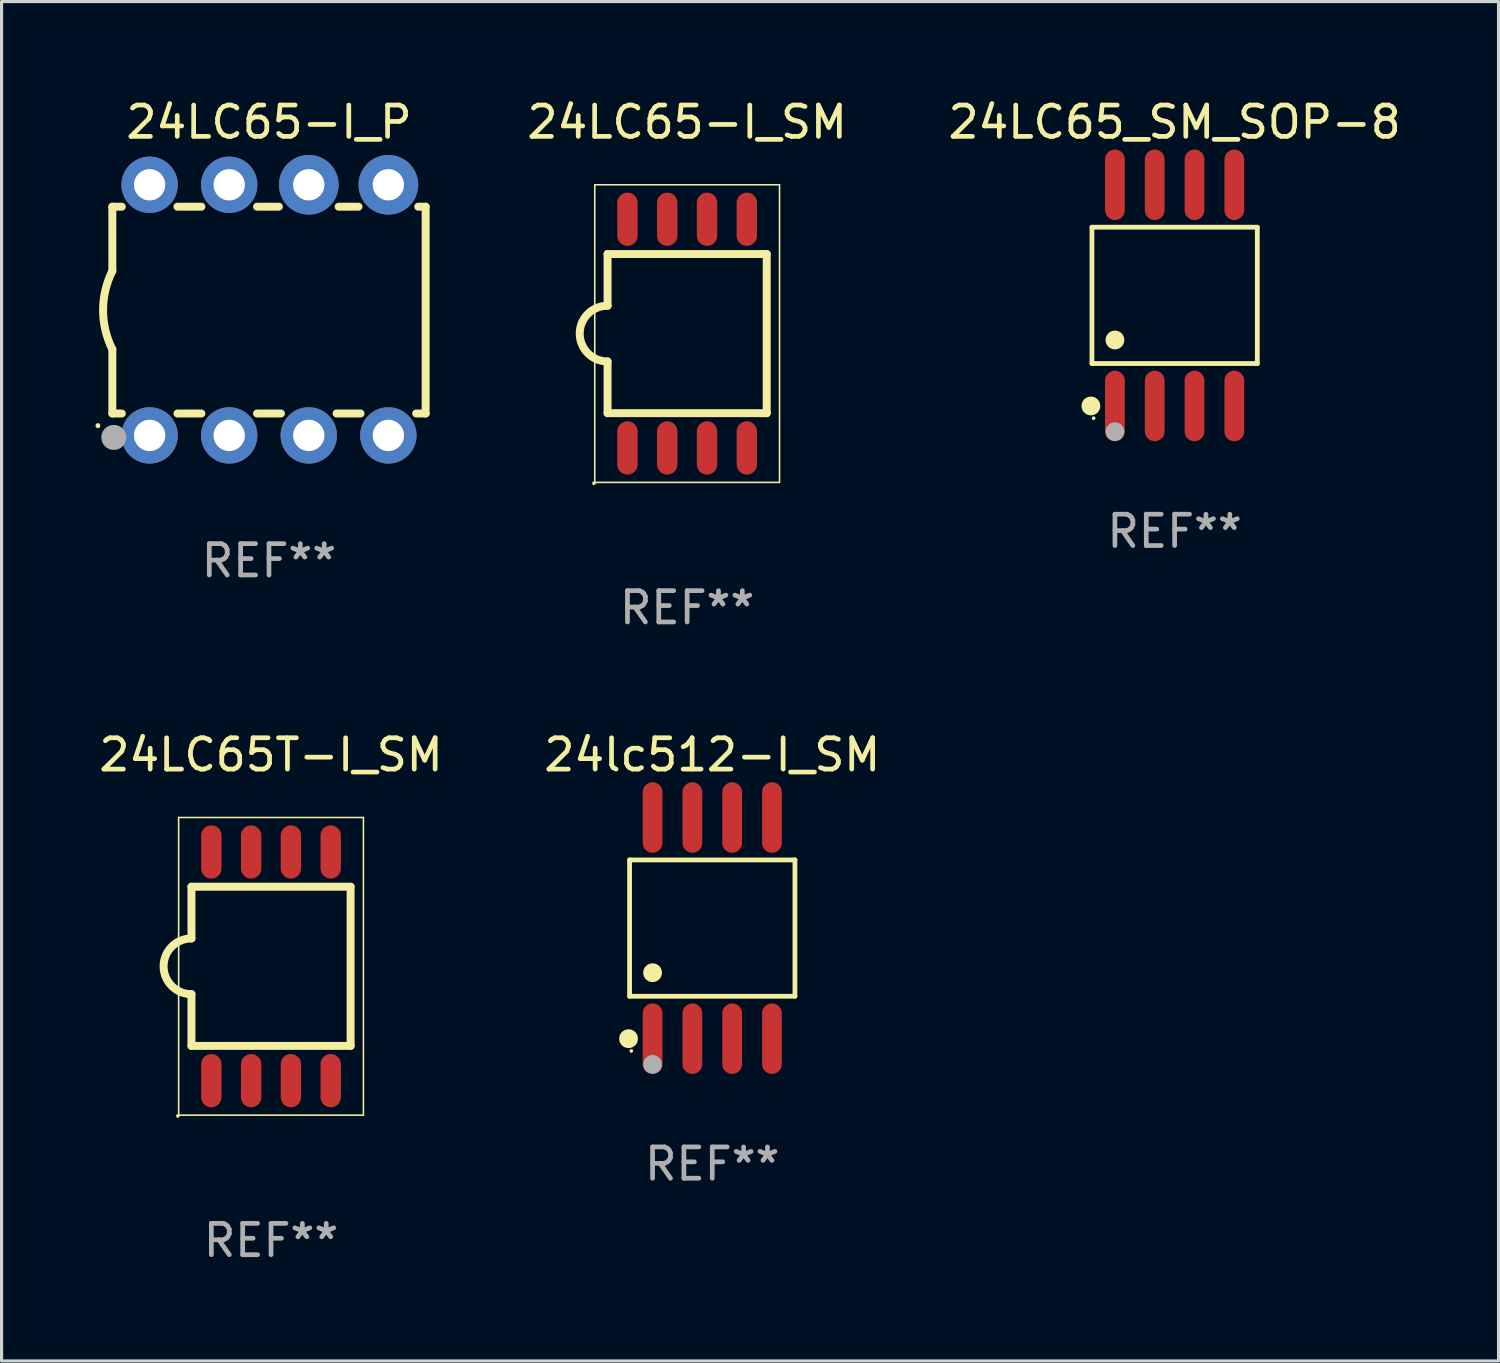
<source format=kicad_pcb>
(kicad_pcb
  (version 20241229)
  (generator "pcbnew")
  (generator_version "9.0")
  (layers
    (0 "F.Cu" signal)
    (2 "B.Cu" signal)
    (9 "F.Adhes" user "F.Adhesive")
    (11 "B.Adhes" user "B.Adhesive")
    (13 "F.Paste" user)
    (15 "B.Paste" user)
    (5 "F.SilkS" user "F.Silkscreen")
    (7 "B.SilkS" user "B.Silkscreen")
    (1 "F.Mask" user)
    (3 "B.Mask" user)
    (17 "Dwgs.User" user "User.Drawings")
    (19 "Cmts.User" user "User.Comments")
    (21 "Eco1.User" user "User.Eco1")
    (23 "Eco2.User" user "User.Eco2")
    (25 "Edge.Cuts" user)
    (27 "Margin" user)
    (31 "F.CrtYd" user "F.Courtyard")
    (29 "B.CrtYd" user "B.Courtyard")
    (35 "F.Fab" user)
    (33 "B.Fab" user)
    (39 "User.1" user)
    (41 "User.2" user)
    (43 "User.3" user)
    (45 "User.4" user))
  (footprint "24lc512-I_SM"
    (layer "F.Cu")
    (at 19.685 26.574)
    (property "Reference" "24lc512-I_SM" (at 0 -5.53 0) (layer "F.SilkS") (effects (font (size 1 1) (thickness 0.15))))
    (attr through_hole)
    (fp_line (start -2.639 -2.176) (end 2.639 -2.176) (stroke (width 0.152) (type solid)) (layer "F.SilkS"))
    (fp_line (start -2.639 2.176) (end -2.639 -2.176) (stroke (width 0.152) (type solid)) (layer "F.SilkS"))
    (fp_line (start 2.639 -2.176) (end 2.639 2.176) (stroke (width 0.152) (type solid)) (layer "F.SilkS"))
    (fp_line (start 2.639 2.176) (end -2.639 2.176) (stroke (width 0.152) (type solid)) (layer "F.SilkS"))
    (fp_circle (center -2.672 3.53) (end -2.522 3.53) (stroke (width 0.3) (type solid)) (fill no) (layer "F.SilkS"))
    (fp_circle (center -2.585 3.92) (end -2.555 3.92) (stroke (width 0.06) (type solid)) (fill no) (layer "F.SilkS"))
    (fp_circle (center -1.905 1.424) (end -1.755 1.424) (stroke (width 0.3) (type solid)) (fill no) (layer "F.SilkS"))
    (fp_circle (center -1.905 4.35) (end -1.755 4.35) (stroke (width 0.3) (type solid)) (fill no) (layer "F.Fab"))
    (fp_text user "REF**" (at 0 7.53 0) (layer "F.Fab") (effects (font (size 1 1) (thickness 0.15))))
    (pad "1" smd oval (at -1.905 3.53) (size 0.63 2.25) (layers "F.Cu" "F.Mask" "F.Paste"))
    (pad "2" smd oval (at -0.635 3.53) (size 0.63 2.25) (layers "F.Cu" "F.Mask" "F.Paste"))
    (pad "3" smd oval (at 0.635 3.53) (size 0.63 2.25) (layers "F.Cu" "F.Mask" "F.Paste"))
    (pad "4" smd oval (at 1.905 3.53) (size 0.63 2.25) (layers "F.Cu" "F.Mask" "F.Paste"))
    (pad "5" smd oval (at 1.905 -3.53) (size 0.63 2.25) (layers "F.Cu" "F.Mask" "F.Paste"))
    (pad "6" smd oval (at 0.635 -3.53) (size 0.63 2.25) (layers "F.Cu" "F.Mask" "F.Paste"))
    (pad "7" smd oval (at -0.635 -3.53) (size 0.63 2.25) (layers "F.Cu" "F.Mask" "F.Paste"))
    (pad "8" smd oval (at -1.905 -3.53) (size 0.63 2.25) (layers "F.Cu" "F.Mask" "F.Paste")))
  (footprint "24LC65_SM_SOP-8"
    (layer "F.Cu")
    (at 34.443 6.378)
    (property "Reference" "24LC65_SM_SOP-8" (at 0 -5.53 0) (layer "F.SilkS") (effects (font (size 1 1) (thickness 0.15))))
    (attr through_hole)
    (fp_line (start -2.639 -2.176) (end 2.639 -2.176) (stroke (width 0.152) (type solid)) (layer "F.SilkS"))
    (fp_line (start -2.639 2.176) (end -2.639 -2.176) (stroke (width 0.152) (type solid)) (layer "F.SilkS"))
    (fp_line (start 2.639 -2.176) (end 2.639 2.176) (stroke (width 0.152) (type solid)) (layer "F.SilkS"))
    (fp_line (start 2.639 2.176) (end -2.639 2.176) (stroke (width 0.152) (type solid)) (layer "F.SilkS"))
    (fp_circle (center -2.672 3.53) (end -2.522 3.53) (stroke (width 0.3) (type solid)) (fill no) (layer "F.SilkS"))
    (fp_circle (center -2.585 3.92) (end -2.555 3.92) (stroke (width 0.06) (type solid)) (fill no) (layer "F.SilkS"))
    (fp_circle (center -1.905 1.424) (end -1.755 1.424) (stroke (width 0.3) (type solid)) (fill no) (layer "F.SilkS"))
    (fp_circle (center -1.905 4.35) (end -1.755 4.35) (stroke (width 0.3) (type solid)) (fill no) (layer "F.Fab"))
    (fp_text user "REF**" (at 0 7.53 0) (layer "F.Fab") (effects (font (size 1 1) (thickness 0.15))))
    (pad "1" smd oval (at -1.905 3.53) (size 0.63 2.25) (layers "F.Cu" "F.Mask" "F.Paste"))
    (pad "2" smd oval (at -0.635 3.53) (size 0.63 2.25) (layers "F.Cu" "F.Mask" "F.Paste"))
    (pad "3" smd oval (at 0.635 3.53) (size 0.63 2.25) (layers "F.Cu" "F.Mask" "F.Paste"))
    (pad "4" smd oval (at 1.905 3.53) (size 0.63 2.25) (layers "F.Cu" "F.Mask" "F.Paste"))
    (pad "5" smd oval (at 1.905 -3.53) (size 0.63 2.25) (layers "F.Cu" "F.Mask" "F.Paste"))
    (pad "6" smd oval (at 0.635 -3.53) (size 0.63 2.25) (layers "F.Cu" "F.Mask" "F.Paste"))
    (pad "7" smd oval (at -0.635 -3.53) (size 0.63 2.25) (layers "F.Cu" "F.Mask" "F.Paste"))
    (pad "8" smd oval (at -1.905 -3.53) (size 0.63 2.25) (layers "F.Cu" "F.Mask" "F.Paste")))
  (footprint "24LC65-I_P"
    (layer "F.Cu")
    (at 5.536 6.848)
    (property "Reference" "24LC65-I_P" (at 0 -6 0) (layer "F.SilkS") (effects (font (size 1 1) (thickness 0.15))))
    (attr through_hole)
    (fp_line (start -5 -3.3) (end -5 -1.25) (stroke (width 0.254) (type solid)) (layer "F.SilkS"))
    (fp_line (start -5 -3.3) (end -4.698 -3.3) (stroke (width 0.254) (type solid)) (layer "F.SilkS"))
    (fp_line (start -5 3.3) (end -5 1.25) (stroke (width 0.254) (type solid)) (layer "F.SilkS"))
    (fp_line (start -5 3.3) (end -4.698 3.3) (stroke (width 0.254) (type solid)) (layer "F.SilkS"))
    (fp_line (start -2.922 -3.3) (end -2.158 -3.3) (stroke (width 0.254) (type solid)) (layer "F.SilkS"))
    (fp_line (start -2.922 3.3) (end -2.158 3.3) (stroke (width 0.254) (type solid)) (layer "F.SilkS"))
    (fp_line (start -0.382 -3.3) (end 0.316 -3.3) (stroke (width 0.254) (type solid)) (layer "F.SilkS"))
    (fp_line (start -0.382 3.3) (end 0.382 3.3) (stroke (width 0.254) (type solid)) (layer "F.SilkS"))
    (fp_line (start 2.158 3.3) (end 2.922 3.3) (stroke (width 0.254) (type solid)) (layer "F.SilkS"))
    (fp_line (start 2.224 -3.3) (end 2.856 -3.3) (stroke (width 0.254) (type solid)) (layer "F.SilkS"))
    (fp_line (start 4.698 3.3) (end 5 3.3) (stroke (width 0.254) (type solid)) (layer "F.SilkS"))
    (fp_line (start 4.764 -3.3) (end 5 -3.3) (stroke (width 0.254) (type solid)) (layer "F.SilkS"))
    (fp_line (start 5 -3.3) (end 5 3.3) (stroke (width 0.254) (type solid)) (layer "F.SilkS"))
    (fp_arc (start -5.46124 3.694259) (mid -5.461175 3.688632) (end -5.460986 3.683007) (stroke (width 0.149987) (type solid)) (layer "F.SilkS"))
    (fp_arc (start -5.00127 1.249682) (mid -5.295892 -0.000313) (end -5.000025 -1.250013) (stroke (width 0.254001) (type solid)) (layer "F.SilkS"))
    (fp_circle (center -4.795 4.237) (end -4.765 4.237) (stroke (width 0.06) (type solid)) (fill no) (layer "F.SilkS"))
    (fp_circle (center -4.953 4.064) (end -4.753 4.064) (stroke (width 0.4) (type solid)) (fill no) (layer "F.Fab"))
    (fp_text user "REF**" (at 0 8 0) (layer "F.Fab") (effects (font (size 1 1) (thickness 0.15))))
    (pad "1" thru_hole circle (at -3.81 4) (size 1.8 1.8) (drill 1) (layers "*.Cu" "*.Mask"))
    (pad "2" thru_hole circle (at -1.27 4) (size 1.8 1.8) (drill 1) (layers "*.Cu" "*.Mask"))
    (pad "3" thru_hole circle (at 1.27 4) (size 1.8 1.8) (drill 1) (layers "*.Cu" "*.Mask"))
    (pad "4" thru_hole circle (at 3.81 4) (size 1.8 1.8) (drill 1) (layers "*.Cu" "*.Mask"))
    (pad "5" thru_hole circle (at 3.81 -4) (size 1.905 1.905) (drill 1) (layers "*.Cu" "*.Mask"))
    (pad "6" thru_hole circle (at 1.27 -4) (size 1.905 1.905) (drill 1) (layers "*.Cu" "*.Mask"))
    (pad "7" thru_hole circle (at -1.27 -4) (size 1.8 1.8) (drill 1) (layers "*.Cu" "*.Mask"))
    (pad "8" thru_hole circle (at -3.81 -4) (size 1.8 1.8) (drill 1) (layers "*.Cu" "*.Mask")))
  (footprint "24LC65T-I_SM"
    (layer "F.Cu")
    (at 5.601 27.794)
    (property "Reference" "24LC65T-I_SM" (at 0 -6.75 0) (layer "F.SilkS") (effects (font (size 1 1) (thickness 0.15))))
    (attr through_hole)
    (fp_line (start -2.949 -4.75) (end -2.949 4.75) (stroke (width 0.05) (type solid)) (layer "F.SilkS"))
    (fp_line (start -2.949 4.75) (end 2.949 4.75) (stroke (width 0.05) (type solid)) (layer "F.SilkS"))
    (fp_line (start -2.54 -2.54) (end 2.54 -2.54) (stroke (width 0.254) (type solid)) (layer "F.SilkS"))
    (fp_line (start -2.54 -0.889) (end -2.54 -2.54) (stroke (width 0.254) (type solid)) (layer "F.SilkS"))
    (fp_line (start -2.54 2.54) (end -2.54 0.889) (stroke (width 0.254) (type solid)) (layer "F.SilkS"))
    (fp_line (start 2.54 -2.54) (end 2.54 2.54) (stroke (width 0.254) (type solid)) (layer "F.SilkS"))
    (fp_line (start 2.54 2.54) (end -2.54 2.54) (stroke (width 0.254) (type solid)) (layer "F.SilkS"))
    (fp_line (start 2.949 -4.75) (end -2.949 -4.75) (stroke (width 0.05) (type solid)) (layer "F.SilkS"))
    (fp_line (start 2.949 4.75) (end 2.949 -4.75) (stroke (width 0.05) (type solid)) (layer "F.SilkS"))
    (fp_arc (start -2.540005 0.889002) (mid -3.426952 0.000025) (end -2.540005 -0.888952) (stroke (width 0.254001) (type solid)) (layer "F.SilkS"))
    (fp_circle (center -2.974 4.775) (end -2.944 4.775) (stroke (width 0.06) (type solid)) (fill no) (layer "F.SilkS"))
    (fp_text user "REF**" (at 0 8.75 0) (layer "F.Fab") (effects (font (size 1 1) (thickness 0.15))))
    (pad "1" smd oval (at -1.905 3.65 90) (size 1.7 0.65) (layers "F.Cu" "F.Mask" "F.Paste"))
    (pad "2" smd oval (at -0.635 3.65 90) (size 1.7 0.65) (layers "F.Cu" "F.Mask" "F.Paste"))
    (pad "3" smd oval (at 0.635 3.65 90) (size 1.7 0.65) (layers "F.Cu" "F.Mask" "F.Paste"))
    (pad "4" smd oval (at 1.905 3.65 90) (size 1.7 0.65) (layers "F.Cu" "F.Mask" "F.Paste"))
    (pad "5" smd oval (at 1.905 -3.65 90) (size 1.7 0.65) (layers "F.Cu" "F.Mask" "F.Paste"))
    (pad "6" smd oval (at 0.635 -3.65 90) (size 1.7 0.65) (layers "F.Cu" "F.Mask" "F.Paste"))
    (pad "7" smd oval (at -0.635 -3.65 90) (size 1.7 0.65) (layers "F.Cu" "F.Mask" "F.Paste"))
    (pad "8" smd oval (at -1.905 -3.65 90) (size 1.7 0.65) (layers "F.Cu" "F.Mask" "F.Paste")))
  (footprint "24LC65-I_SM"
    (layer "F.Cu")
    (at 18.883 7.598)
    (property "Reference" "24LC65-I_SM" (at 0 -6.75 0) (layer "F.SilkS") (effects (font (size 1 1) (thickness 0.15))))
    (attr through_hole)
    (fp_line (start -2.949 -4.75) (end -2.949 4.75) (stroke (width 0.05) (type solid)) (layer "F.SilkS"))
    (fp_line (start -2.949 4.75) (end 2.949 4.75) (stroke (width 0.05) (type solid)) (layer "F.SilkS"))
    (fp_line (start -2.54 -2.54) (end 2.54 -2.54) (stroke (width 0.254) (type solid)) (layer "F.SilkS"))
    (fp_line (start -2.54 -0.889) (end -2.54 -2.54) (stroke (width 0.254) (type solid)) (layer "F.SilkS"))
    (fp_line (start -2.54 2.54) (end -2.54 0.889) (stroke (width 0.254) (type solid)) (layer "F.SilkS"))
    (fp_line (start 2.54 -2.54) (end 2.54 2.54) (stroke (width 0.254) (type solid)) (layer "F.SilkS"))
    (fp_line (start 2.54 2.54) (end -2.54 2.54) (stroke (width 0.254) (type solid)) (layer "F.SilkS"))
    (fp_line (start 2.949 -4.75) (end -2.949 -4.75) (stroke (width 0.05) (type solid)) (layer "F.SilkS"))
    (fp_line (start 2.949 4.75) (end 2.949 -4.75) (stroke (width 0.05) (type solid)) (layer "F.SilkS"))
    (fp_arc (start -2.540005 0.889002) (mid -3.426952 0.000025) (end -2.540005 -0.888952) (stroke (width 0.254001) (type solid)) (layer "F.SilkS"))
    (fp_circle (center -2.974 4.775) (end -2.944 4.775) (stroke (width 0.06) (type solid)) (fill no) (layer "F.SilkS"))
    (fp_text user "REF**" (at 0 8.75 0) (layer "F.Fab") (effects (font (size 1 1) (thickness 0.15))))
    (pad "1" smd oval (at -1.905 3.65 90) (size 1.7 0.65) (layers "F.Cu" "F.Mask" "F.Paste"))
    (pad "2" smd oval (at -0.635 3.65 90) (size 1.7 0.65) (layers "F.Cu" "F.Mask" "F.Paste"))
    (pad "3" smd oval (at 0.635 3.65 90) (size 1.7 0.65) (layers "F.Cu" "F.Mask" "F.Paste"))
    (pad "4" smd oval (at 1.905 3.65 90) (size 1.7 0.65) (layers "F.Cu" "F.Mask" "F.Paste"))
    (pad "5" smd oval (at 1.905 -3.65 90) (size 1.7 0.65) (layers "F.Cu" "F.Mask" "F.Paste"))
    (pad "6" smd oval (at 0.635 -3.65 90) (size 1.7 0.65) (layers "F.Cu" "F.Mask" "F.Paste"))
    (pad "7" smd oval (at -0.635 -3.65 90) (size 1.7 0.65) (layers "F.Cu" "F.Mask" "F.Paste"))
    (pad "8" smd oval (at -1.905 -3.65 90) (size 1.7 0.65) (layers "F.Cu" "F.Mask" "F.Paste")))
  (gr_rect
    (start -3 -3)
    (end 44.782 40.392)
    (stroke (width 0.1) (type default))
    (fill no)
    (layer "Edge.Cuts")))
</source>
